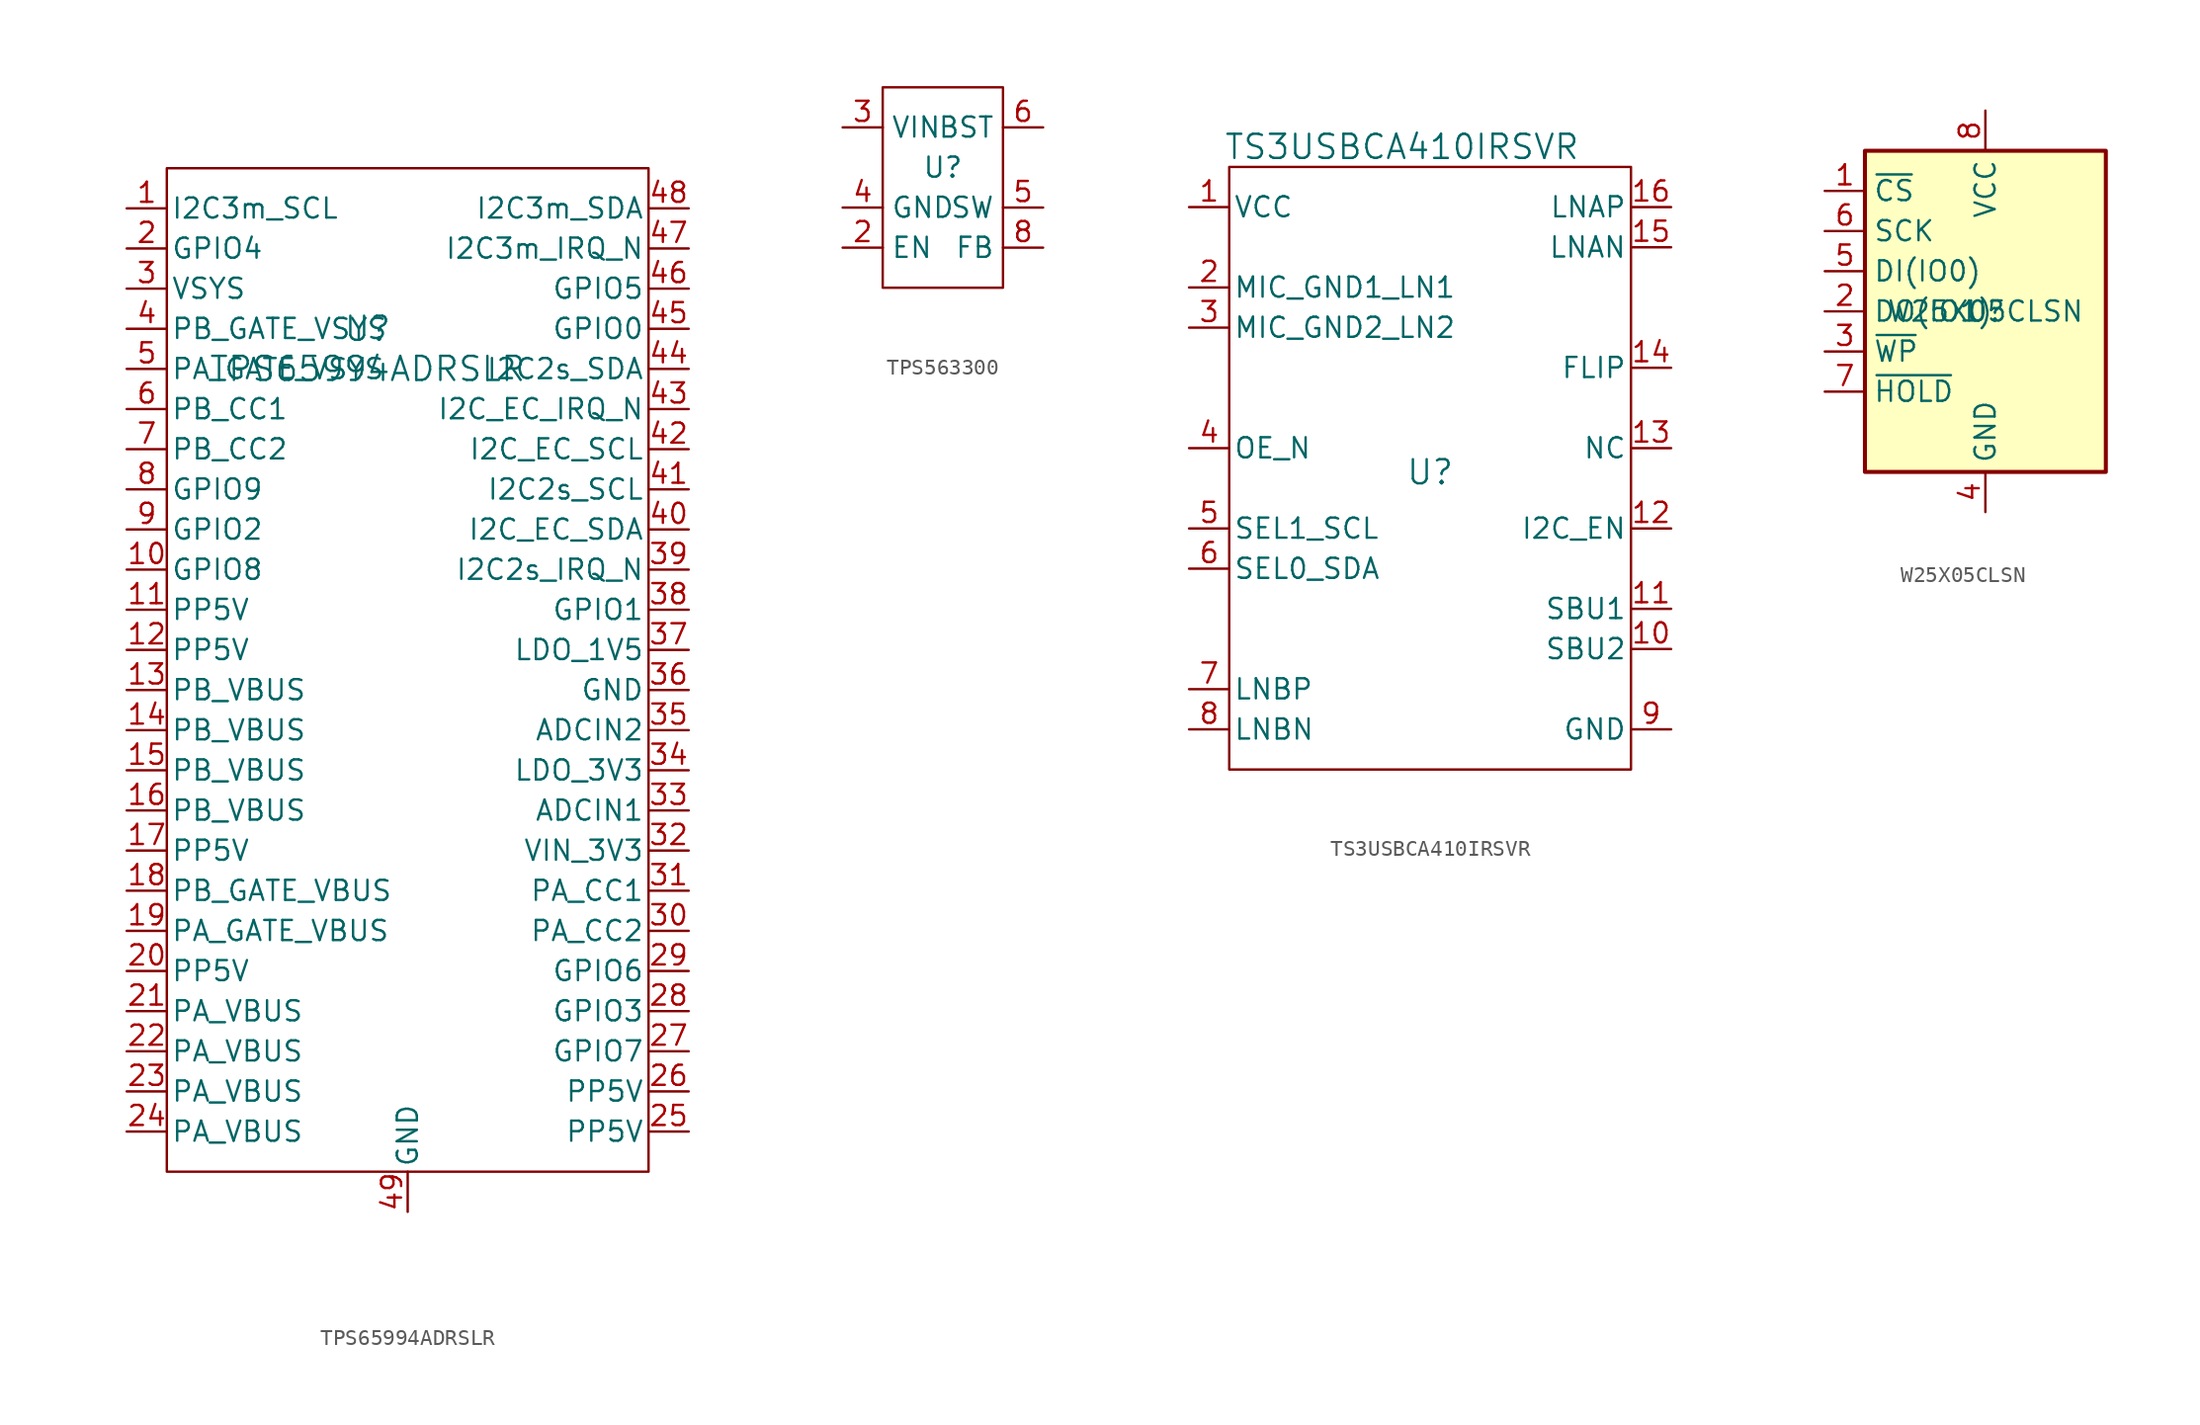
<source format=kicad_sym>
(kicad_symbol_lib
  (version 20231120)
  (generator "kicad_symbol_editor")
  (generator_version "8.0")
  (symbol "TPS65994ADRSLR"
    (pin_names
      (offset 0.254))
    (property "Reference" "U"
      (at -2.54 19.05 0)
      (effects (font (size 1.524 1.524))))
    (property "Value" "TPS65994ADRSLR"
      (at -2.54 16.51 0)
      (effects (font (size 1.524 1.524))))
    (property "ki_locked" ""
      (at 0 0 0)
      (effects (font (size 1.27 1.27))))
    (symbol "TPS65994ADRSLR_0_1"
      (pin output line (at -17.78 26.67 0) (length 2.54) (name "I2C3m_SCL" (effects (font (size 1.27 1.27)))) (number "1" (effects (font (size 1.27 1.27)))))
      (pin bidirectional line (at -17.78 3.81 0) (length 2.54) (name "GPIO8" (effects (font (size 1.27 1.27)))) (number "10" (effects (font (size 1.27 1.27)))))
      (pin power_in line (at -17.78 1.27 0) (length 2.54) (name "PP5V" (effects (font (size 1.27 1.27)))) (number "11" (effects (font (size 1.27 1.27)))))
      (pin power_in line (at -17.78 -1.27 0) (length 2.54) (name "PP5V" (effects (font (size 1.27 1.27)))) (number "12" (effects (font (size 1.27 1.27)))))
      (pin unspecified line (at -17.78 -3.81 0) (length 2.54) (name "PB_VBUS" (effects (font (size 1.27 1.27)))) (number "13" (effects (font (size 1.27 1.27)))))
      (pin unspecified line (at -17.78 -6.35 0) (length 2.54) (name "PB_VBUS" (effects (font (size 1.27 1.27)))) (number "14" (effects (font (size 1.27 1.27)))))
      (pin unspecified line (at -17.78 -8.89 0) (length 2.54) (name "PB_VBUS" (effects (font (size 1.27 1.27)))) (number "15" (effects (font (size 1.27 1.27)))))
      (pin unspecified line (at -17.78 -11.43 0) (length 2.54) (name "PB_VBUS" (effects (font (size 1.27 1.27)))) (number "16" (effects (font (size 1.27 1.27)))))
      (pin power_in line (at -17.78 -13.97 0) (length 2.54) (name "PP5V" (effects (font (size 1.27 1.27)))) (number "17" (effects (font (size 1.27 1.27)))))
      (pin unspecified line (at -17.78 -16.51 0) (length 2.54) (name "PB_GATE_VBUS" (effects (font (size 1.27 1.27)))) (number "18" (effects (font (size 1.27 1.27)))))
      (pin unspecified line (at -17.78 -19.05 0) (length 2.54) (name "PA_GATE_VBUS" (effects (font (size 1.27 1.27)))) (number "19" (effects (font (size 1.27 1.27)))))
      (pin bidirectional line (at -17.78 24.13 0) (length 2.54) (name "GPIO4" (effects (font (size 1.27 1.27)))) (number "2" (effects (font (size 1.27 1.27)))))
      (pin power_in line (at -17.78 -21.59 0) (length 2.54) (name "PP5V" (effects (font (size 1.27 1.27)))) (number "20" (effects (font (size 1.27 1.27)))))
      (pin unspecified line (at -17.78 -24.13 0) (length 2.54) (name "PA_VBUS" (effects (font (size 1.27 1.27)))) (number "21" (effects (font (size 1.27 1.27)))))
      (pin unspecified line (at -17.78 -26.67 0) (length 2.54) (name "PA_VBUS" (effects (font (size 1.27 1.27)))) (number "22" (effects (font (size 1.27 1.27)))))
      (pin unspecified line (at -17.78 -29.21 0) (length 2.54) (name "PA_VBUS" (effects (font (size 1.27 1.27)))) (number "23" (effects (font (size 1.27 1.27)))))
      (pin unspecified line (at -17.78 -31.75 0) (length 2.54) (name "PA_VBUS" (effects (font (size 1.27 1.27)))) (number "24" (effects (font (size 1.27 1.27)))))
      (pin power_in line (at 17.78 -31.75 180) (length 2.54) (name "PP5V" (effects (font (size 1.27 1.27)))) (number "25" (effects (font (size 1.27 1.27)))))
      (pin power_in line (at 17.78 -29.21 180) (length 2.54) (name "PP5V" (effects (font (size 1.27 1.27)))) (number "26" (effects (font (size 1.27 1.27)))))
      (pin bidirectional line (at 17.78 -26.67 180) (length 2.54) (name "GPIO7" (effects (font (size 1.27 1.27)))) (number "27" (effects (font (size 1.27 1.27)))))
      (pin bidirectional line (at 17.78 -24.13 180) (length 2.54) (name "GPIO3" (effects (font (size 1.27 1.27)))) (number "28" (effects (font (size 1.27 1.27)))))
      (pin bidirectional line (at 17.78 -21.59 180) (length 2.54) (name "GPIO6" (effects (font (size 1.27 1.27)))) (number "29" (effects (font (size 1.27 1.27)))))
      (pin power_in line (at -17.78 21.59 0) (length 2.54) (name "VSYS" (effects (font (size 1.27 1.27)))) (number "3" (effects (font (size 1.27 1.27)))))
      (pin bidirectional line (at 17.78 -19.05 180) (length 2.54) (name "PA_CC2" (effects (font (size 1.27 1.27)))) (number "30" (effects (font (size 1.27 1.27)))))
      (pin bidirectional line (at 17.78 -16.51 180) (length 2.54) (name "PA_CC1" (effects (font (size 1.27 1.27)))) (number "31" (effects (font (size 1.27 1.27)))))
      (pin power_in line (at 17.78 -13.97 180) (length 2.54) (name "VIN_3V3" (effects (font (size 1.27 1.27)))) (number "32" (effects (font (size 1.27 1.27)))))
      (pin input line (at 17.78 -11.43 180) (length 2.54) (name "ADCIN1" (effects (font (size 1.27 1.27)))) (number "33" (effects (font (size 1.27 1.27)))))
      (pin unspecified line (at 17.78 -8.89 180) (length 2.54) (name "LDO_3V3" (effects (font (size 1.27 1.27)))) (number "34" (effects (font (size 1.27 1.27)))))
      (pin input line (at 17.78 -6.35 180) (length 2.54) (name "ADCIN2" (effects (font (size 1.27 1.27)))) (number "35" (effects (font (size 1.27 1.27)))))
      (pin power_in line (at 17.78 -3.81 180) (length 2.54) (name "GND" (effects (font (size 1.27 1.27)))) (number "36" (effects (font (size 1.27 1.27)))))
      (pin unspecified line (at 17.78 -1.27 180) (length 2.54) (name "LDO_1V5" (effects (font (size 1.27 1.27)))) (number "37" (effects (font (size 1.27 1.27)))))
      (pin bidirectional line (at 17.78 1.27 180) (length 2.54) (name "GPIO1" (effects (font (size 1.27 1.27)))) (number "38" (effects (font (size 1.27 1.27)))))
      (pin unspecified line (at 17.78 3.81 180) (length 2.54) (name "I2C2s_IRQ_N" (effects (font (size 1.27 1.27)))) (number "39" (effects (font (size 1.27 1.27)))))
      (pin unspecified line (at -17.78 19.05 0) (length 2.54) (name "PB_GATE_VSYS" (effects (font (size 1.27 1.27)))) (number "4" (effects (font (size 1.27 1.27)))))
      (pin bidirectional line (at 17.78 6.35 180) (length 2.54) (name "I2C_EC_SDA" (effects (font (size 1.27 1.27)))) (number "40" (effects (font (size 1.27 1.27)))))
      (pin output line (at 17.78 8.89 180) (length 2.54) (name "I2C2s_SCL" (effects (font (size 1.27 1.27)))) (number "41" (effects (font (size 1.27 1.27)))))
      (pin input line (at 17.78 11.43 180) (length 2.54) (name "I2C_EC_SCL" (effects (font (size 1.27 1.27)))) (number "42" (effects (font (size 1.27 1.27)))))
      (pin input line (at 17.78 13.97 180) (length 2.54) (name "I2C_EC_IRQ_N" (effects (font (size 1.27 1.27)))) (number "43" (effects (font (size 1.27 1.27)))))
      (pin bidirectional line (at 17.78 16.51 180) (length 2.54) (name "I2C2s_SDA" (effects (font (size 1.27 1.27)))) (number "44" (effects (font (size 1.27 1.27)))))
      (pin bidirectional line (at 17.78 19.05 180) (length 2.54) (name "GPIO0" (effects (font (size 1.27 1.27)))) (number "45" (effects (font (size 1.27 1.27)))))
      (pin bidirectional line (at 17.78 21.59 180) (length 2.54) (name "GPIO5" (effects (font (size 1.27 1.27)))) (number "46" (effects (font (size 1.27 1.27)))))
      (pin output line (at 17.78 24.13 180) (length 2.54) (name "I2C3m_IRQ_N" (effects (font (size 1.27 1.27)))) (number "47" (effects (font (size 1.27 1.27)))))
      (pin bidirectional line (at 17.78 26.67 180) (length 2.54) (name "I2C3m_SDA" (effects (font (size 1.27 1.27)))) (number "48" (effects (font (size 1.27 1.27)))))
      (pin power_in line (at 0 -36.83 90) (length 2.54) (name "GND" (effects (font (size 1.27 1.27)))) (number "49" (effects (font (size 1.27 1.27)))))
      (pin unspecified line (at -17.78 16.51 0) (length 2.54) (name "PA_GATE_VSYS" (effects (font (size 1.27 1.27)))) (number "5" (effects (font (size 1.27 1.27)))))
      (pin bidirectional line (at -17.78 13.97 0) (length 2.54) (name "PB_CC1" (effects (font (size 1.27 1.27)))) (number "6" (effects (font (size 1.27 1.27)))))
      (pin bidirectional line (at -17.78 11.43 0) (length 2.54) (name "PB_CC2" (effects (font (size 1.27 1.27)))) (number "7" (effects (font (size 1.27 1.27)))))
      (pin bidirectional line (at -17.78 8.89 0) (length 2.54) (name "GPIO9" (effects (font (size 1.27 1.27)))) (number "8" (effects (font (size 1.27 1.27)))))
      (pin bidirectional line (at -17.78 6.35 0) (length 2.54) (name "GPIO2" (effects (font (size 1.27 1.27)))) (number "9" (effects (font (size 1.27 1.27))))))
    (symbol "TPS65994ADRSLR_1_1"
      (rectangle (start -15.24 29.21) (end 15.24 -34.29) (stroke (width 0) (type default)) (fill (type none)))))
  (symbol "TPS563300"
    (property "Reference" "U"
      (at 0 0 0)
      (effects (font (size 1.27 1.27))))
    (property "Value" ""
      (at 0 0 0)
      (effects (font (size 1.27 1.27))))
    (symbol "TPS563300_0_1"
      (rectangle (start -3.81 5.08) (end 3.81 -7.62) (stroke (width 0) (type default)) (fill (type none))))
    (symbol "TPS563300_1_1"
      (pin no_connect line (at 0 -10.16 90) (length 2.54) hide (name "NC" (effects (font (size 1.27 1.27)))) (number "1" (effects (font (size 1.27 1.27)))))
      (pin input line (at -6.35 -5.08 0) (length 2.54) (name "EN" (effects (font (size 1.27 1.27)))) (number "2" (effects (font (size 1.27 1.27)))))
      (pin input line (at -6.35 2.54 0) (length 2.54) (name "VIN" (effects (font (size 1.27 1.27)))) (number "3" (effects (font (size 1.27 1.27)))))
      (pin input line (at -6.35 -2.54 0) (length 2.54) (name "GND" (effects (font (size 1.27 1.27)))) (number "4" (effects (font (size 1.27 1.27)))))
      (pin input line (at 6.35 -2.54 180) (length 2.54) (name "SW" (effects (font (size 1.27 1.27)))) (number "5" (effects (font (size 1.27 1.27)))))
      (pin input line (at 6.35 2.54 180) (length 2.54) (name "BST" (effects (font (size 1.27 1.27)))) (number "6" (effects (font (size 1.27 1.27)))))
      (pin no_connect line (at 0 -10.16 90) (length 2.54) hide (name "NC" (effects (font (size 1.27 1.27)))) (number "7" (effects (font (size 1.27 1.27)))))
      (pin input line (at 6.35 -5.08 180) (length 2.54) (name "FB" (effects (font (size 1.27 1.27)))) (number "8" (effects (font (size 1.27 1.27)))))))
  (symbol "TS3USBCA410IRSVR"
    (pin_names
      (offset 0.254))
    (property "Reference" "U"
      (at 0 -0.254 0)
      (effects (font (size 1.524 1.524))))
    (property "Value" "TS3USBCA410IRSVR"
      (at -1.778 20.32 0)
      (effects (font (size 1.524 1.524))))
    (symbol "TS3USBCA410IRSVR_0_1"
      (pin power_in line (at -15.24 16.51 0) (length 2.54) (name "VCC" (effects (font (size 1.27 1.27)))) (number "1" (effects (font (size 1.27 1.27)))))
      (pin bidirectional line (at 15.24 -11.43 180) (length 2.54) (name "SBU2" (effects (font (size 1.27 1.27)))) (number "10" (effects (font (size 1.27 1.27)))))
      (pin bidirectional line (at 15.24 -8.89 180) (length 2.54) (name "SBU1" (effects (font (size 1.27 1.27)))) (number "11" (effects (font (size 1.27 1.27)))))
      (pin input line (at 15.24 -3.81 180) (length 2.54) (name "I2C_EN" (effects (font (size 1.27 1.27)))) (number "12" (effects (font (size 1.27 1.27)))))
      (pin unspecified line (at 15.24 1.27 180) (length 2.54) (name "NC" (effects (font (size 1.27 1.27)))) (number "13" (effects (font (size 1.27 1.27)))))
      (pin bidirectional line (at 15.24 6.35 180) (length 2.54) (name "FLIP" (effects (font (size 1.27 1.27)))) (number "14" (effects (font (size 1.27 1.27)))))
      (pin bidirectional line (at 15.24 13.97 180) (length 2.54) (name "LNAN" (effects (font (size 1.27 1.27)))) (number "15" (effects (font (size 1.27 1.27)))))
      (pin bidirectional line (at 15.24 16.51 180) (length 2.54) (name "LNAP" (effects (font (size 1.27 1.27)))) (number "16" (effects (font (size 1.27 1.27)))))
      (pin bidirectional line (at -15.24 11.43 0) (length 2.54) (name "MIC_GND1_LN1" (effects (font (size 1.27 1.27)))) (number "2" (effects (font (size 1.27 1.27)))))
      (pin bidirectional line (at -15.24 8.89 0) (length 2.54) (name "MIC_GND2_LN2" (effects (font (size 1.27 1.27)))) (number "3" (effects (font (size 1.27 1.27)))))
      (pin input line (at -15.24 1.27 0) (length 2.54) (name "OE_N" (effects (font (size 1.27 1.27)))) (number "4" (effects (font (size 1.27 1.27)))))
      (pin input line (at -15.24 -3.81 0) (length 2.54) (name "SEL1_SCL" (effects (font (size 1.27 1.27)))) (number "5" (effects (font (size 1.27 1.27)))))
      (pin bidirectional line (at -15.24 -6.35 0) (length 2.54) (name "SEL0_SDA" (effects (font (size 1.27 1.27)))) (number "6" (effects (font (size 1.27 1.27)))))
      (pin bidirectional line (at -15.24 -13.97 0) (length 2.54) (name "LNBP" (effects (font (size 1.27 1.27)))) (number "7" (effects (font (size 1.27 1.27)))))
      (pin bidirectional line (at -15.24 -16.51 0) (length 2.54) (name "LNBN" (effects (font (size 1.27 1.27)))) (number "8" (effects (font (size 1.27 1.27)))))
      (pin power_in line (at 15.24 -16.51 180) (length 2.54) (name "GND" (effects (font (size 1.27 1.27)))) (number "9" (effects (font (size 1.27 1.27))))))
    (symbol "TS3USBCA410IRSVR_1_1"
      (rectangle (start -12.7 19.05) (end 12.7 -19.05) (stroke (width 0) (type default)) (fill (type none)))))
  (symbol "W25X05CLSN"
    (property "Reference" "U"
      (at 0 0 0)
      (effects (font (size 1.27 1.27))))
    (property "Value" "W25X05CLSN"
      (at 0 0 0)
      (effects (font (size 1.27 1.27))))
    (symbol "W25X05CLSN_0_1"
      (rectangle (start -7.62 10.16) (end 7.62 -10.16) (stroke (width 0.254) (type default)) (fill (type background))))
    (symbol "W25X05CLSN_1_1"
      (pin input line (at -10.16 7.62 0) (length 2.54) (name "~{CS}" (effects (font (size 1.27 1.27)))) (number "1" (effects (font (size 1.27 1.27)))))
      (pin bidirectional line (at -10.16 0 0) (length 2.54) (name "DO(IO1)" (effects (font (size 1.27 1.27)))) (number "2" (effects (font (size 1.27 1.27)))))
      (pin bidirectional line (at -10.16 -2.54 0) (length 2.54) (name "~{WP}" (effects (font (size 1.27 1.27)))) (number "3" (effects (font (size 1.27 1.27)))))
      (pin power_in line (at 0 -12.7 90) (length 2.54) (name "GND" (effects (font (size 1.27 1.27)))) (number "4" (effects (font (size 1.27 1.27)))))
      (pin bidirectional line (at -10.16 2.54 0) (length 2.54) (name "DI(IO0)" (effects (font (size 1.27 1.27)))) (number "5" (effects (font (size 1.27 1.27)))))
      (pin input line (at -10.16 5.08 0) (length 2.54) (name "SCK" (effects (font (size 1.27 1.27)))) (number "6" (effects (font (size 1.27 1.27)))))
      (pin bidirectional line (at -10.16 -5.08 0) (length 2.54) (name "~{HOLD}" (effects (font (size 1.27 1.27)))) (number "7" (effects (font (size 1.27 1.27)))))
      (pin power_in line (at 0 12.7 270) (length 2.54) (name "VCC" (effects (font (size 1.27 1.27)))) (number "8" (effects (font (size 1.27 1.27))))))))
</source>
